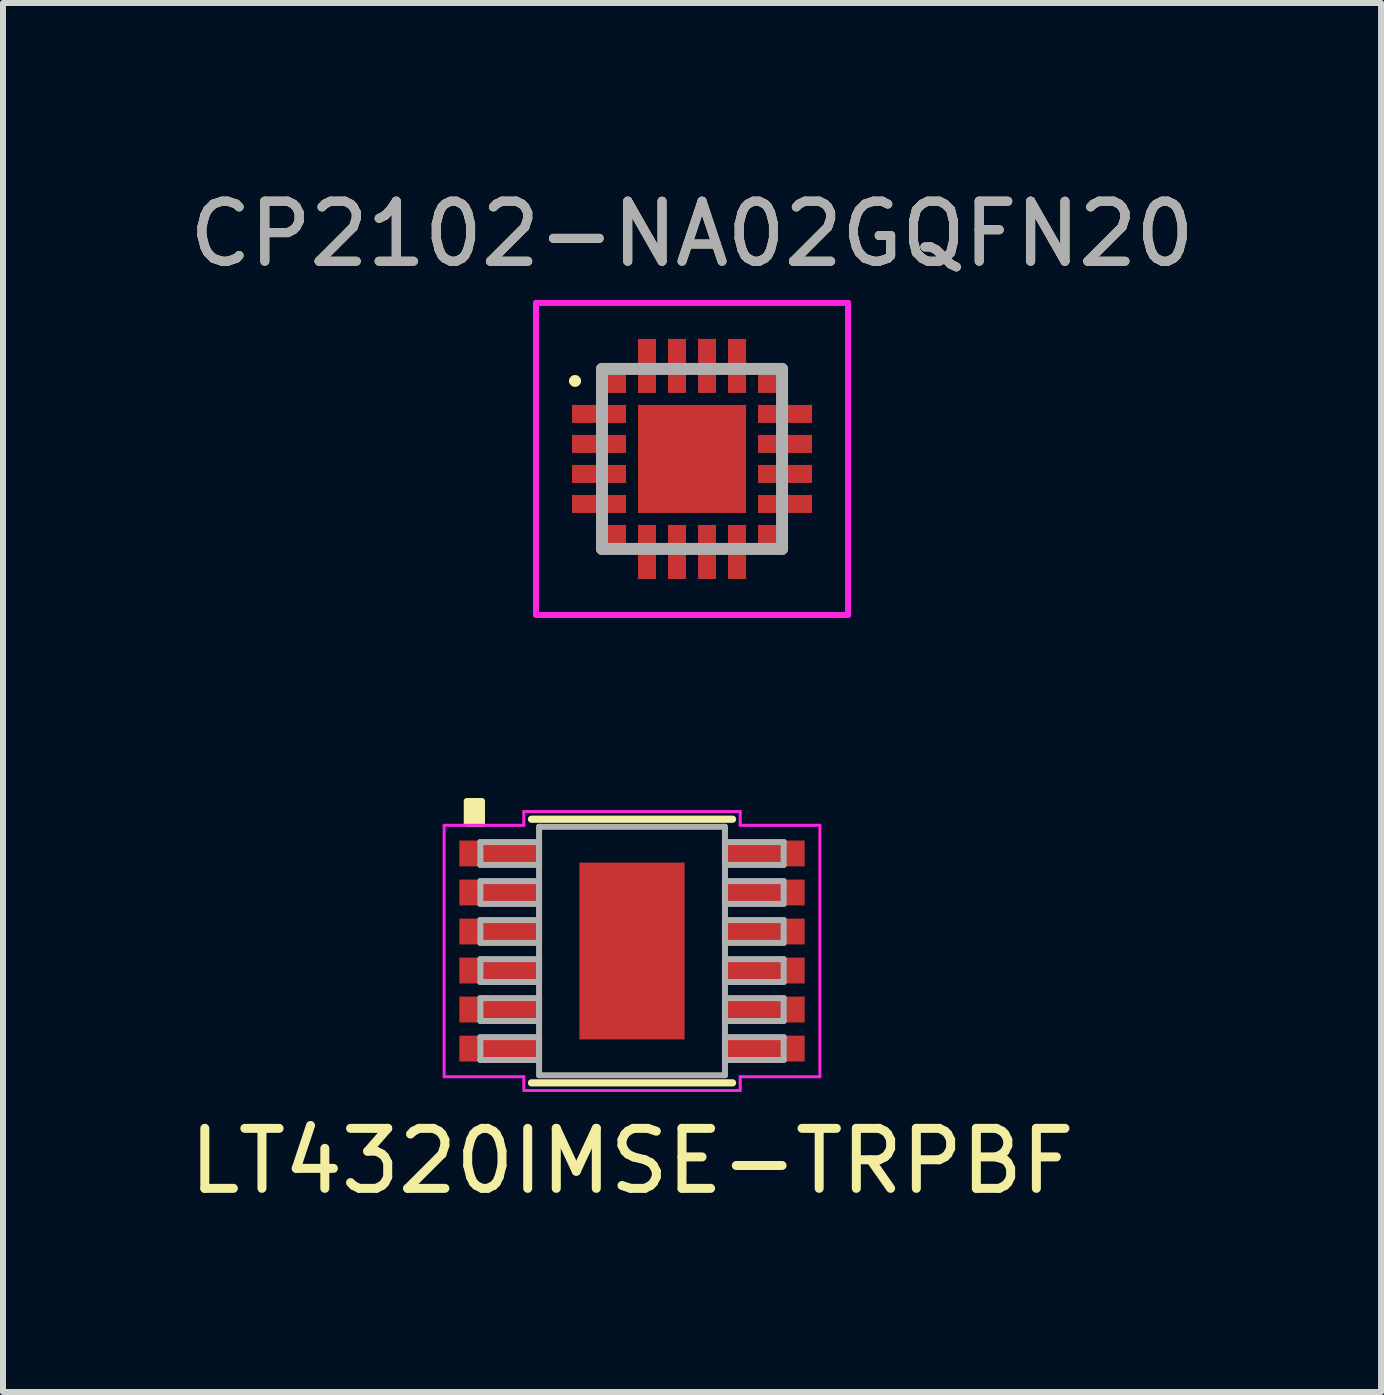
<source format=kicad_pcb>
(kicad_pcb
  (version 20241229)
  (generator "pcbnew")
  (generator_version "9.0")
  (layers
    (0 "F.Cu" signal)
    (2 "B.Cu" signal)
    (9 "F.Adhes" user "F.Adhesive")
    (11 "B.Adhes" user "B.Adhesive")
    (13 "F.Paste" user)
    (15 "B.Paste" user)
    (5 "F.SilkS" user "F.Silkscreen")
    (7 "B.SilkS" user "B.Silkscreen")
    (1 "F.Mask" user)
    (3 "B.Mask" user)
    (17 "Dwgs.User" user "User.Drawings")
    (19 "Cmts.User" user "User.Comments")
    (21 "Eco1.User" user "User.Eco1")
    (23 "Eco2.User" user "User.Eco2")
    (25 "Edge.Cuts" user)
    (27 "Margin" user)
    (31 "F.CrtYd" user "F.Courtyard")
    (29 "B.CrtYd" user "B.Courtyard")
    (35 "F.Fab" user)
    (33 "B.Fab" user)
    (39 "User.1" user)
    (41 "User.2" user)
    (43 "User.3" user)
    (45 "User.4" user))
  (footprint "LT4320IMSE-TRPBF"
    (layer "F.Cu")
    (at 7.482 12.798)
    (property "Reference" "LT4320IMSE-TRPBF" (at 0 3.5 0) (layer "F.SilkS") (effects (font (size 1 1) (thickness 0.15))))
    (attr smd)
    (fp_line (start -1.676 2.197) (end 1.676 2.197) (stroke (width 0.12) (type solid)) (layer "F.SilkS"))
    (fp_line (start 1.676 -2.197) (end -1.676 -2.197) (stroke (width 0.12) (type solid)) (layer "F.SilkS"))
    (fp_poly (pts (xy -2.5 -2.5) (xy -2.5 -2.119) (xy -2.754 -2.119) (xy -2.754 -2.5)) (stroke (width 0.1) (type solid)) (fill yes) (layer "F.SilkS"))
    (fp_poly (pts (xy -0.776 -1.373) (xy -0.776 -0.1) (xy 0.776 -0.1) (xy 0.776 -1.373)) (stroke (width 0.1) (type solid)) (fill yes) (layer "F.Paste"))
    (fp_poly (pts (xy -0.776 0.1) (xy -0.776 1.373) (xy 0.776 1.373) (xy 0.776 0.1)) (stroke (width 0.1) (type solid)) (fill yes) (layer "F.Paste"))
    (fp_line (start -3.131 -2.095) (end -1.803 -2.095) (stroke (width 0.05) (type solid)) (layer "F.CrtYd"))
    (fp_line (start -3.131 2.095) (end -3.131 -2.095) (stroke (width 0.05) (type solid)) (layer "F.CrtYd"))
    (fp_line (start -1.803 -2.324) (end 1.803 -2.324) (stroke (width 0.05) (type solid)) (layer "F.CrtYd"))
    (fp_line (start -1.803 -2.095) (end -1.803 -2.324) (stroke (width 0.05) (type solid)) (layer "F.CrtYd"))
    (fp_line (start -1.803 2.095) (end -3.131 2.095) (stroke (width 0.05) (type solid)) (layer "F.CrtYd"))
    (fp_line (start -1.803 2.324) (end -1.803 2.095) (stroke (width 0.05) (type solid)) (layer "F.CrtYd"))
    (fp_line (start 1.803 -2.324) (end 1.803 -2.095) (stroke (width 0.05) (type solid)) (layer "F.CrtYd"))
    (fp_line (start 1.803 2.095) (end 1.803 2.324) (stroke (width 0.05) (type solid)) (layer "F.CrtYd"))
    (fp_line (start 1.803 2.324) (end -1.803 2.324) (stroke (width 0.05) (type solid)) (layer "F.CrtYd"))
    (fp_line (start 3.131 -2.095) (end 1.803 -2.095) (stroke (width 0.05) (type solid)) (layer "F.CrtYd"))
    (fp_line (start 3.131 -2.095) (end 3.131 2.095) (stroke (width 0.05) (type solid)) (layer "F.CrtYd"))
    (fp_line (start 3.131 2.095) (end 1.803 2.095) (stroke (width 0.05) (type solid)) (layer "F.CrtYd"))
    (fp_line (start -2.527 -1.816) (end -2.527 -1.435) (stroke (width 0.1) (type solid)) (layer "F.Fab"))
    (fp_line (start -2.527 -1.435) (end -1.549 -1.435) (stroke (width 0.1) (type solid)) (layer "F.Fab"))
    (fp_line (start -2.527 -1.166) (end -2.527 -0.785) (stroke (width 0.1) (type solid)) (layer "F.Fab"))
    (fp_line (start -2.527 -0.785) (end -1.549 -0.785) (stroke (width 0.1) (type solid)) (layer "F.Fab"))
    (fp_line (start -2.527 -0.516) (end -2.527 -0.135) (stroke (width 0.1) (type solid)) (layer "F.Fab"))
    (fp_line (start -2.527 -0.135) (end -1.549 -0.135) (stroke (width 0.1) (type solid)) (layer "F.Fab"))
    (fp_line (start -2.527 0.135) (end -2.527 0.516) (stroke (width 0.1) (type solid)) (layer "F.Fab"))
    (fp_line (start -2.527 0.516) (end -1.549 0.516) (stroke (width 0.1) (type solid)) (layer "F.Fab"))
    (fp_line (start -2.527 0.785) (end -2.527 1.166) (stroke (width 0.1) (type solid)) (layer "F.Fab"))
    (fp_line (start -2.527 1.166) (end -1.549 1.166) (stroke (width 0.1) (type solid)) (layer "F.Fab"))
    (fp_line (start -2.527 1.435) (end -2.527 1.816) (stroke (width 0.1) (type solid)) (layer "F.Fab"))
    (fp_line (start -2.527 1.816) (end -1.549 1.816) (stroke (width 0.1) (type solid)) (layer "F.Fab"))
    (fp_line (start -1.549 -2.07) (end -1.549 2.07) (stroke (width 0.1) (type solid)) (layer "F.Fab"))
    (fp_line (start -1.549 -1.816) (end -2.527 -1.816) (stroke (width 0.1) (type solid)) (layer "F.Fab"))
    (fp_line (start -1.549 -1.435) (end -1.549 -1.816) (stroke (width 0.1) (type solid)) (layer "F.Fab"))
    (fp_line (start -1.549 -1.166) (end -2.527 -1.166) (stroke (width 0.1) (type solid)) (layer "F.Fab"))
    (fp_line (start -1.549 -0.785) (end -1.549 -1.166) (stroke (width 0.1) (type solid)) (layer "F.Fab"))
    (fp_line (start -1.549 -0.516) (end -2.527 -0.516) (stroke (width 0.1) (type solid)) (layer "F.Fab"))
    (fp_line (start -1.549 -0.135) (end -1.549 -0.516) (stroke (width 0.1) (type solid)) (layer "F.Fab"))
    (fp_line (start -1.549 0.135) (end -2.527 0.135) (stroke (width 0.1) (type solid)) (layer "F.Fab"))
    (fp_line (start -1.549 0.516) (end -1.549 0.135) (stroke (width 0.1) (type solid)) (layer "F.Fab"))
    (fp_line (start -1.549 0.785) (end -2.527 0.785) (stroke (width 0.1) (type solid)) (layer "F.Fab"))
    (fp_line (start -1.549 1.166) (end -1.549 0.785) (stroke (width 0.1) (type solid)) (layer "F.Fab"))
    (fp_line (start -1.549 1.435) (end -2.527 1.435) (stroke (width 0.1) (type solid)) (layer "F.Fab"))
    (fp_line (start -1.549 1.816) (end -1.549 1.435) (stroke (width 0.1) (type solid)) (layer "F.Fab"))
    (fp_line (start -1.549 2.07) (end 1.549 2.07) (stroke (width 0.1) (type solid)) (layer "F.Fab"))
    (fp_line (start 1.549 -2.07) (end -1.549 -2.07) (stroke (width 0.1) (type solid)) (layer "F.Fab"))
    (fp_line (start 1.549 -1.816) (end 1.549 -1.435) (stroke (width 0.1) (type solid)) (layer "F.Fab"))
    (fp_line (start 1.549 -1.435) (end 2.527 -1.435) (stroke (width 0.1) (type solid)) (layer "F.Fab"))
    (fp_line (start 1.549 -1.166) (end 1.549 -0.785) (stroke (width 0.1) (type solid)) (layer "F.Fab"))
    (fp_line (start 1.549 -0.785) (end 2.527 -0.785) (stroke (width 0.1) (type solid)) (layer "F.Fab"))
    (fp_line (start 1.549 -0.516) (end 1.549 -0.135) (stroke (width 0.1) (type solid)) (layer "F.Fab"))
    (fp_line (start 1.549 -0.135) (end 2.527 -0.135) (stroke (width 0.1) (type solid)) (layer "F.Fab"))
    (fp_line (start 1.549 0.135) (end 1.549 0.516) (stroke (width 0.1) (type solid)) (layer "F.Fab"))
    (fp_line (start 1.549 0.516) (end 2.527 0.516) (stroke (width 0.1) (type solid)) (layer "F.Fab"))
    (fp_line (start 1.549 0.785) (end 1.549 1.166) (stroke (width 0.1) (type solid)) (layer "F.Fab"))
    (fp_line (start 1.549 1.166) (end 2.527 1.166) (stroke (width 0.1) (type solid)) (layer "F.Fab"))
    (fp_line (start 1.549 1.435) (end 1.549 1.816) (stroke (width 0.1) (type solid)) (layer "F.Fab"))
    (fp_line (start 1.549 1.816) (end 2.527 1.816) (stroke (width 0.1) (type solid)) (layer "F.Fab"))
    (fp_line (start 1.549 2.07) (end 1.549 -2.07) (stroke (width 0.1) (type solid)) (layer "F.Fab"))
    (fp_line (start 2.527 -1.816) (end 1.549 -1.816) (stroke (width 0.1) (type solid)) (layer "F.Fab"))
    (fp_line (start 2.527 -1.435) (end 2.527 -1.816) (stroke (width 0.1) (type solid)) (layer "F.Fab"))
    (fp_line (start 2.527 -1.166) (end 1.549 -1.166) (stroke (width 0.1) (type solid)) (layer "F.Fab"))
    (fp_line (start 2.527 -0.785) (end 2.527 -1.166) (stroke (width 0.1) (type solid)) (layer "F.Fab"))
    (fp_line (start 2.527 -0.516) (end 1.549 -0.516) (stroke (width 0.1) (type solid)) (layer "F.Fab"))
    (fp_line (start 2.527 -0.135) (end 2.527 -0.516) (stroke (width 0.1) (type solid)) (layer "F.Fab"))
    (fp_line (start 2.527 0.135) (end 1.549 0.135) (stroke (width 0.1) (type solid)) (layer "F.Fab"))
    (fp_line (start 2.527 0.516) (end 2.527 0.135) (stroke (width 0.1) (type solid)) (layer "F.Fab"))
    (fp_line (start 2.527 0.785) (end 1.549 0.785) (stroke (width 0.1) (type solid)) (layer "F.Fab"))
    (fp_line (start 2.527 1.166) (end 2.527 0.785) (stroke (width 0.1) (type solid)) (layer "F.Fab"))
    (fp_line (start 2.527 1.435) (end 1.549 1.435) (stroke (width 0.1) (type solid)) (layer "F.Fab"))
    (fp_line (start 2.527 1.816) (end 2.527 1.435) (stroke (width 0.1) (type solid)) (layer "F.Fab"))
    (pad "1" smd rect (at -2.213 -1.626) (size 1.328 0.431) (layers "F.Cu" "F.Mask" "F.Paste"))
    (pad "2" smd rect (at -2.213 -0.975) (size 1.328 0.431) (layers "F.Cu" "F.Mask" "F.Paste"))
    (pad "3" smd rect (at -2.213 -0.325) (size 1.328 0.431) (layers "F.Cu" "F.Mask" "F.Paste"))
    (pad "4" smd rect (at -2.213 0.325) (size 1.328 0.431) (layers "F.Cu" "F.Mask" "F.Paste"))
    (pad "5" smd rect (at -2.213 0.975) (size 1.328 0.431) (layers "F.Cu" "F.Mask" "F.Paste"))
    (pad "6" smd rect (at -2.213 1.626) (size 1.328 0.431) (layers "F.Cu" "F.Mask" "F.Paste"))
    (pad "7" smd rect (at 0 0) (size 1.753 2.946) (layers "F.Cu" "F.Mask"))
    (pad "7" smd rect (at 2.213 1.626) (size 1.328 0.431) (layers "F.Cu" "F.Mask" "F.Paste"))
    (pad "8" smd rect (at 2.213 0.975) (size 1.328 0.431) (layers "F.Cu" "F.Mask" "F.Paste"))
    (pad "9" smd rect (at 2.213 0.325) (size 1.328 0.431) (layers "F.Cu" "F.Mask" "F.Paste"))
    (pad "10" smd rect (at 2.213 -0.325) (size 1.328 0.431) (layers "F.Cu" "F.Mask" "F.Paste"))
    (pad "11" smd rect (at 2.213 -0.975) (size 1.328 0.431) (layers "F.Cu" "F.Mask" "F.Paste"))
    (pad "12" smd rect (at 2.213 -1.626) (size 1.328 0.431) (layers "F.Cu" "F.Mask" "F.Paste")))
  (footprint "CP2102-NA02GQFN20"
    (layer "F.Cu")
    (at 8.482 4.598)
    (property "Reference" "CP2102-NA02GQFN20" (at 0 -3.75 0) (layer "F.SilkS") (effects (font (size 1 1) (thickness 0.15))))
    (attr smd)
    (fp_line (start -2 -1.3) (end -2 -1.3) (stroke (width 0.1) (type solid)) (layer "F.SilkS"))
    (fp_line (start -1.9 -1.3) (end -1.9 -1.3) (stroke (width 0.1) (type solid)) (layer "F.SilkS"))
    (fp_arc (start -2 -1.3) (mid -1.95 -1.35) (end -1.9 -1.3) (stroke (width 0.1) (type solid)) (layer "F.SilkS"))
    (fp_arc (start -1.9 -1.3) (mid -1.95 -1.25) (end -2 -1.3) (stroke (width 0.1) (type solid)) (layer "F.SilkS"))
    (fp_line (start -2.6 -2.6) (end 2.6 -2.6) (stroke (width 0.1) (type solid)) (layer "F.CrtYd"))
    (fp_line (start -2.6 2.6) (end -2.6 -2.6) (stroke (width 0.1) (type solid)) (layer "F.CrtYd"))
    (fp_line (start 2.6 -2.6) (end 2.6 2.6) (stroke (width 0.1) (type solid)) (layer "F.CrtYd"))
    (fp_line (start 2.6 2.6) (end -2.6 2.6) (stroke (width 0.1) (type solid)) (layer "F.CrtYd"))
    (fp_line (start -1.5 -1.5) (end 1.5 -1.5) (stroke (width 0.2) (type solid)) (layer "F.Fab"))
    (fp_line (start -1.5 1.5) (end -1.5 -1.5) (stroke (width 0.2) (type solid)) (layer "F.Fab"))
    (fp_line (start 1.5 -1.5) (end 1.5 1.5) (stroke (width 0.2) (type solid)) (layer "F.Fab"))
    (fp_line (start 1.5 1.5) (end -1.5 1.5) (stroke (width 0.2) (type solid)) (layer "F.Fab"))
    (fp_text user "${REFERENCE}" (at 0 -3.75 0) (layer "F.Fab") (effects (font (size 1 1) (thickness 0.15))))
    (pad "1" smd rect (at -1.25 -1.25) (size 0.3 0.3) (layers "F.Cu" "F.Mask" "F.Paste"))
    (pad "2" smd rect (at -1.55 -0.75 90) (size 0.3 0.9) (layers "F.Cu" "F.Mask" "F.Paste"))
    (pad "3" smd rect (at -1.55 -0.25 90) (size 0.3 0.9) (layers "F.Cu" "F.Mask" "F.Paste"))
    (pad "4" smd rect (at -1.55 0.25 90) (size 0.3 0.9) (layers "F.Cu" "F.Mask" "F.Paste"))
    (pad "5" smd rect (at -1.55 0.75 90) (size 0.3 0.9) (layers "F.Cu" "F.Mask" "F.Paste"))
    (pad "6" smd rect (at -1.25 1.25) (size 0.3 0.3) (layers "F.Cu" "F.Mask" "F.Paste"))
    (pad "7" smd rect (at -0.75 1.55) (size 0.3 0.9) (layers "F.Cu" "F.Mask" "F.Paste"))
    (pad "8" smd rect (at -0.25 1.55) (size 0.3 0.9) (layers "F.Cu" "F.Mask" "F.Paste"))
    (pad "9" smd rect (at 0.25 1.55) (size 0.3 0.9) (layers "F.Cu" "F.Mask" "F.Paste"))
    (pad "10" smd rect (at 0.75 1.55) (size 0.3 0.9) (layers "F.Cu" "F.Mask" "F.Paste"))
    (pad "11" smd rect (at 1.25 1.25) (size 0.3 0.3) (layers "F.Cu" "F.Mask" "F.Paste"))
    (pad "12" smd rect (at 1.55 0.75 90) (size 0.3 0.9) (layers "F.Cu" "F.Mask" "F.Paste"))
    (pad "13" smd rect (at 1.55 0.25 90) (size 0.3 0.9) (layers "F.Cu" "F.Mask" "F.Paste"))
    (pad "14" smd rect (at 1.55 -0.25 90) (size 0.3 0.9) (layers "F.Cu" "F.Mask" "F.Paste"))
    (pad "15" smd rect (at 1.55 -0.75 90) (size 0.3 0.9) (layers "F.Cu" "F.Mask" "F.Paste"))
    (pad "16" smd rect (at 1.25 -1.25) (size 0.3 0.3) (layers "F.Cu" "F.Mask" "F.Paste"))
    (pad "17" smd rect (at 0.75 -1.55) (size 0.3 0.9) (layers "F.Cu" "F.Mask" "F.Paste"))
    (pad "18" smd rect (at 0.25 -1.55) (size 0.3 0.9) (layers "F.Cu" "F.Mask" "F.Paste"))
    (pad "19" smd rect (at -0.25 -1.55) (size 0.3 0.9) (layers "F.Cu" "F.Mask" "F.Paste"))
    (pad "20" smd rect (at -0.75 -1.55) (size 0.3 0.9) (layers "F.Cu" "F.Mask" "F.Paste"))
    (pad "21" smd rect (at 0 0) (size 1.8 1.8) (layers "F.Cu" "F.Mask" "F.Paste")))
  (gr_rect
    (start -3 -3)
    (end 19.964 20.146)
    (stroke (width 0.1) (type default))
    (fill no)
    (layer "Edge.Cuts")))
</source>
